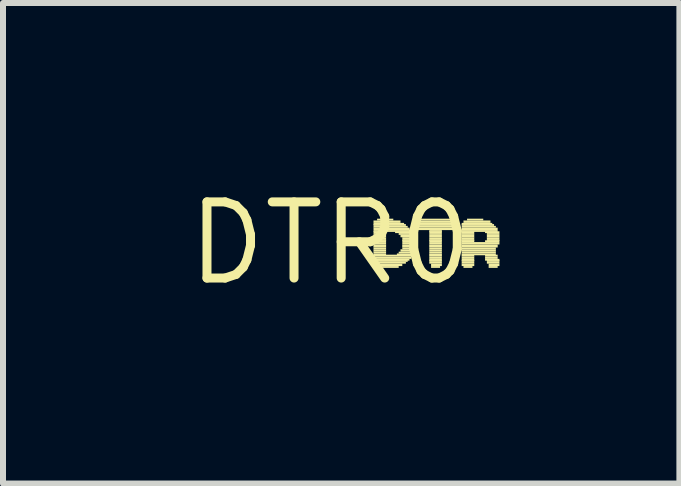
<source format=kicad_pcb>
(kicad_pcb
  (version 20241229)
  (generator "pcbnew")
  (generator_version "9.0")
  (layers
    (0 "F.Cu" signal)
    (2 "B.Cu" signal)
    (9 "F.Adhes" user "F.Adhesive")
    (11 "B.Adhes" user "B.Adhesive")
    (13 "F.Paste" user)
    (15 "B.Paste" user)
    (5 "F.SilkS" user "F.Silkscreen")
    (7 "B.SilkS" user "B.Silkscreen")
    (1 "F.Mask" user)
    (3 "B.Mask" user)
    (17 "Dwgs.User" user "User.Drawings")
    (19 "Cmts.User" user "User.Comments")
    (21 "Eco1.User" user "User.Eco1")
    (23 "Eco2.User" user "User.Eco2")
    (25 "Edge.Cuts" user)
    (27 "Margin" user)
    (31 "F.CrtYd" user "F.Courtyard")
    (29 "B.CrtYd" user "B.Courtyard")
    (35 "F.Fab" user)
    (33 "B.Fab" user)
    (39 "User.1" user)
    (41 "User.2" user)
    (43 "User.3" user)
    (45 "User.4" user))
  (footprint "DTR0"
    (layer "F.Cu")
    (at 2.457 1.006)
    (property "Reference" "DTR0" (at 0 0 0) (layer "F.SilkS") (effects (font (size 1.27 1.27) (thickness 0.15))))
    (fp_poly (pts (xy 0.72 -0.34) (xy 1.17 -0.34) (xy 1.17 -0.38) (xy 0.72 -0.38)) (stroke (width 0) (type default)) (fill yes) (layer "F.SilkS"))
    (fp_poly (pts (xy 0.72 -0.31) (xy 1.23 -0.31) (xy 1.23 -0.34) (xy 0.72 -0.34)) (stroke (width 0) (type default)) (fill yes) (layer "F.SilkS"))
    (fp_poly (pts (xy 0.72 -0.29) (xy 1.26 -0.29) (xy 1.26 -0.32) (xy 0.72 -0.32)) (stroke (width 0) (type default)) (fill yes) (layer "F.SilkS"))
    (fp_poly (pts (xy 0.72 -0.26) (xy 1.29 -0.26) (xy 1.29 -0.29) (xy 0.72 -0.29)) (stroke (width 0) (type default)) (fill yes) (layer "F.SilkS"))
    (fp_poly (pts (xy 0.72 -0.22) (xy 1.32 -0.22) (xy 1.32 -0.26) (xy 0.72 -0.26)) (stroke (width 0) (type default)) (fill yes) (layer "F.SilkS"))
    (fp_poly (pts (xy 0.72 -0.19) (xy 1.35 -0.19) (xy 1.35 -0.22) (xy 0.72 -0.22)) (stroke (width 0) (type default)) (fill yes) (layer "F.SilkS"))
    (fp_poly (pts (xy 0.72 -0.17) (xy 0.93 -0.17) (xy 0.93 -0.2) (xy 0.72 -0.2)) (stroke (width 0) (type default)) (fill yes) (layer "F.SilkS"))
    (fp_poly (pts (xy 0.72 -0.14) (xy 0.93 -0.14) (xy 0.93 -0.17) (xy 0.72 -0.17)) (stroke (width 0) (type default)) (fill yes) (layer "F.SilkS"))
    (fp_poly (pts (xy 0.72 -0.1) (xy 0.93 -0.1) (xy 0.93 -0.14) (xy 0.72 -0.14)) (stroke (width 0) (type default)) (fill yes) (layer "F.SilkS"))
    (fp_poly (pts (xy 0.72 -0.07) (xy 0.93 -0.07) (xy 0.93 -0.1) (xy 0.72 -0.1)) (stroke (width 0) (type default)) (fill yes) (layer "F.SilkS"))
    (fp_poly (pts (xy 0.72 -0.04) (xy 0.93 -0.04) (xy 0.93 -0.07) (xy 0.72 -0.07)) (stroke (width 0) (type default)) (fill yes) (layer "F.SilkS"))
    (fp_poly (pts (xy 0.72 -0.02) (xy 0.93 -0.02) (xy 0.93 -0.05) (xy 0.72 -0.05)) (stroke (width 0) (type default)) (fill yes) (layer "F.SilkS"))
    (fp_poly (pts (xy 0.72 0.02) (xy 0.93 0.02) (xy 0.93 -0.02) (xy 0.72 -0.02)) (stroke (width 0) (type default)) (fill yes) (layer "F.SilkS"))
    (fp_poly (pts (xy 0.72 0.05) (xy 0.93 0.05) (xy 0.93 0.02) (xy 0.72 0.02)) (stroke (width 0) (type default)) (fill yes) (layer "F.SilkS"))
    (fp_poly (pts (xy 0.72 0.07) (xy 0.93 0.07) (xy 0.93 0.04) (xy 0.72 0.04)) (stroke (width 0) (type default)) (fill yes) (layer "F.SilkS"))
    (fp_poly (pts (xy 0.72 0.1) (xy 0.93 0.1) (xy 0.93 0.07) (xy 0.72 0.07)) (stroke (width 0) (type default)) (fill yes) (layer "F.SilkS"))
    (fp_poly (pts (xy 0.72 0.14) (xy 0.93 0.14) (xy 0.93 0.1) (xy 0.72 0.1)) (stroke (width 0) (type default)) (fill yes) (layer "F.SilkS"))
    (fp_poly (pts (xy 0.72 0.17) (xy 0.93 0.17) (xy 0.93 0.14) (xy 0.72 0.14)) (stroke (width 0) (type default)) (fill yes) (layer "F.SilkS"))
    (fp_poly (pts (xy 0.72 0.2) (xy 0.93 0.2) (xy 0.93 0.17) (xy 0.72 0.17)) (stroke (width 0) (type default)) (fill yes) (layer "F.SilkS"))
    (fp_poly (pts (xy 0.72 0.22) (xy 1.35 0.22) (xy 1.35 0.19) (xy 0.72 0.19)) (stroke (width 0) (type default)) (fill yes) (layer "F.SilkS"))
    (fp_poly (pts (xy 0.72 0.26) (xy 1.35 0.26) (xy 1.35 0.22) (xy 0.72 0.22)) (stroke (width 0) (type default)) (fill yes) (layer "F.SilkS"))
    (fp_poly (pts (xy 0.72 0.29) (xy 1.32 0.29) (xy 1.32 0.26) (xy 0.72 0.26)) (stroke (width 0) (type default)) (fill yes) (layer "F.SilkS"))
    (fp_poly (pts (xy 0.72 0.31) (xy 1.29 0.31) (xy 1.29 0.28) (xy 0.72 0.28)) (stroke (width 0) (type default)) (fill yes) (layer "F.SilkS"))
    (fp_poly (pts (xy 0.72 0.34) (xy 1.26 0.34) (xy 1.26 0.31) (xy 0.72 0.31)) (stroke (width 0) (type default)) (fill yes) (layer "F.SilkS"))
    (fp_poly (pts (xy 0.72 0.38) (xy 1.2 0.38) (xy 1.2 0.34) (xy 0.72 0.34)) (stroke (width 0) (type default)) (fill yes) (layer "F.SilkS"))
    (fp_poly (pts (xy 0.75 0.41) (xy 1.14 0.41) (xy 1.14 0.38) (xy 0.75 0.38)) (stroke (width 0) (type default)) (fill yes) (layer "F.SilkS"))
    (fp_poly (pts (xy 0.78 -0.38) (xy 1.05 -0.38) (xy 1.05 -0.41) (xy 0.78 -0.41)) (stroke (width 0) (type default)) (fill yes) (layer "F.SilkS"))
    (fp_poly (pts (xy 1.08 -0.17) (xy 1.38 -0.17) (xy 1.38 -0.2) (xy 1.08 -0.2)) (stroke (width 0) (type default)) (fill yes) (layer "F.SilkS"))
    (fp_poly (pts (xy 1.11 0.2) (xy 1.38 0.2) (xy 1.38 0.17) (xy 1.11 0.17)) (stroke (width 0) (type default)) (fill yes) (layer "F.SilkS"))
    (fp_poly (pts (xy 1.14 -0.14) (xy 1.38 -0.14) (xy 1.38 -0.17) (xy 1.14 -0.17)) (stroke (width 0) (type default)) (fill yes) (layer "F.SilkS"))
    (fp_poly (pts (xy 1.14 0.17) (xy 1.38 0.17) (xy 1.38 0.14) (xy 1.14 0.14)) (stroke (width 0) (type default)) (fill yes) (layer "F.SilkS"))
    (fp_poly (pts (xy 1.17 -0.1) (xy 1.38 -0.1) (xy 1.38 -0.14) (xy 1.17 -0.14)) (stroke (width 0) (type default)) (fill yes) (layer "F.SilkS"))
    (fp_poly (pts (xy 1.17 0.14) (xy 1.41 0.14) (xy 1.41 0.1) (xy 1.17 0.1)) (stroke (width 0) (type default)) (fill yes) (layer "F.SilkS"))
    (fp_poly (pts (xy 1.2 -0.07) (xy 1.41 -0.07) (xy 1.41 -0.1) (xy 1.2 -0.1)) (stroke (width 0) (type default)) (fill yes) (layer "F.SilkS"))
    (fp_poly (pts (xy 1.2 -0.04) (xy 1.41 -0.04) (xy 1.41 -0.07) (xy 1.2 -0.07)) (stroke (width 0) (type default)) (fill yes) (layer "F.SilkS"))
    (fp_poly (pts (xy 1.2 -0.02) (xy 1.41 -0.02) (xy 1.41 -0.05) (xy 1.2 -0.05)) (stroke (width 0) (type default)) (fill yes) (layer "F.SilkS"))
    (fp_poly (pts (xy 1.2 0.02) (xy 1.41 0.02) (xy 1.41 -0.02) (xy 1.2 -0.02)) (stroke (width 0) (type default)) (fill yes) (layer "F.SilkS"))
    (fp_poly (pts (xy 1.2 0.05) (xy 1.41 0.05) (xy 1.41 0.02) (xy 1.2 0.02)) (stroke (width 0) (type default)) (fill yes) (layer "F.SilkS"))
    (fp_poly (pts (xy 1.2 0.07) (xy 1.41 0.07) (xy 1.41 0.04) (xy 1.2 0.04)) (stroke (width 0) (type default)) (fill yes) (layer "F.SilkS"))
    (fp_poly (pts (xy 1.2 0.1) (xy 1.41 0.1) (xy 1.41 0.07) (xy 1.2 0.07)) (stroke (width 0) (type default)) (fill yes) (layer "F.SilkS"))
    (fp_poly (pts (xy 1.38 -0.34) (xy 2.13 -0.34) (xy 2.13 -0.38) (xy 1.38 -0.38)) (stroke (width 0) (type default)) (fill yes) (layer "F.SilkS"))
    (fp_poly (pts (xy 1.38 -0.31) (xy 2.13 -0.31) (xy 2.13 -0.34) (xy 1.38 -0.34)) (stroke (width 0) (type default)) (fill yes) (layer "F.SilkS"))
    (fp_poly (pts (xy 1.38 -0.29) (xy 2.16 -0.29) (xy 2.16 -0.32) (xy 1.38 -0.32)) (stroke (width 0) (type default)) (fill yes) (layer "F.SilkS"))
    (fp_poly (pts (xy 1.38 -0.26) (xy 2.13 -0.26) (xy 2.13 -0.29) (xy 1.38 -0.29)) (stroke (width 0) (type default)) (fill yes) (layer "F.SilkS"))
    (fp_poly (pts (xy 1.41 -0.22) (xy 2.13 -0.22) (xy 2.13 -0.26) (xy 1.41 -0.26)) (stroke (width 0) (type default)) (fill yes) (layer "F.SilkS"))
    (fp_poly (pts (xy 1.44 -0.38) (xy 2.1 -0.38) (xy 2.1 -0.41) (xy 1.44 -0.41)) (stroke (width 0) (type default)) (fill yes) (layer "F.SilkS"))
    (fp_poly (pts (xy 1.65 -0.19) (xy 1.86 -0.19) (xy 1.86 -0.22) (xy 1.65 -0.22)) (stroke (width 0) (type default)) (fill yes) (layer "F.SilkS"))
    (fp_poly (pts (xy 1.65 -0.17) (xy 1.86 -0.17) (xy 1.86 -0.2) (xy 1.65 -0.2)) (stroke (width 0) (type default)) (fill yes) (layer "F.SilkS"))
    (fp_poly (pts (xy 1.65 -0.14) (xy 1.86 -0.14) (xy 1.86 -0.17) (xy 1.65 -0.17)) (stroke (width 0) (type default)) (fill yes) (layer "F.SilkS"))
    (fp_poly (pts (xy 1.65 -0.1) (xy 1.86 -0.1) (xy 1.86 -0.14) (xy 1.65 -0.14)) (stroke (width 0) (type default)) (fill yes) (layer "F.SilkS"))
    (fp_poly (pts (xy 1.65 -0.07) (xy 1.86 -0.07) (xy 1.86 -0.1) (xy 1.65 -0.1)) (stroke (width 0) (type default)) (fill yes) (layer "F.SilkS"))
    (fp_poly (pts (xy 1.65 -0.04) (xy 1.86 -0.04) (xy 1.86 -0.07) (xy 1.65 -0.07)) (stroke (width 0) (type default)) (fill yes) (layer "F.SilkS"))
    (fp_poly (pts (xy 1.65 -0.02) (xy 1.86 -0.02) (xy 1.86 -0.05) (xy 1.65 -0.05)) (stroke (width 0) (type default)) (fill yes) (layer "F.SilkS"))
    (fp_poly (pts (xy 1.65 0.02) (xy 1.86 0.02) (xy 1.86 -0.02) (xy 1.65 -0.02)) (stroke (width 0) (type default)) (fill yes) (layer "F.SilkS"))
    (fp_poly (pts (xy 1.65 0.05) (xy 1.86 0.05) (xy 1.86 0.02) (xy 1.65 0.02)) (stroke (width 0) (type default)) (fill yes) (layer "F.SilkS"))
    (fp_poly (pts (xy 1.65 0.07) (xy 1.86 0.07) (xy 1.86 0.04) (xy 1.65 0.04)) (stroke (width 0) (type default)) (fill yes) (layer "F.SilkS"))
    (fp_poly (pts (xy 1.65 0.1) (xy 1.86 0.1) (xy 1.86 0.07) (xy 1.65 0.07)) (stroke (width 0) (type default)) (fill yes) (layer "F.SilkS"))
    (fp_poly (pts (xy 1.65 0.14) (xy 1.86 0.14) (xy 1.86 0.1) (xy 1.65 0.1)) (stroke (width 0) (type default)) (fill yes) (layer "F.SilkS"))
    (fp_poly (pts (xy 1.65 0.17) (xy 1.86 0.17) (xy 1.86 0.14) (xy 1.65 0.14)) (stroke (width 0) (type default)) (fill yes) (layer "F.SilkS"))
    (fp_poly (pts (xy 1.65 0.2) (xy 1.86 0.2) (xy 1.86 0.17) (xy 1.65 0.17)) (stroke (width 0) (type default)) (fill yes) (layer "F.SilkS"))
    (fp_poly (pts (xy 1.65 0.22) (xy 1.86 0.22) (xy 1.86 0.19) (xy 1.65 0.19)) (stroke (width 0) (type default)) (fill yes) (layer "F.SilkS"))
    (fp_poly (pts (xy 1.65 0.26) (xy 1.86 0.26) (xy 1.86 0.22) (xy 1.65 0.22)) (stroke (width 0) (type default)) (fill yes) (layer "F.SilkS"))
    (fp_poly (pts (xy 1.65 0.29) (xy 1.86 0.29) (xy 1.86 0.26) (xy 1.65 0.26)) (stroke (width 0) (type default)) (fill yes) (layer "F.SilkS"))
    (fp_poly (pts (xy 1.65 0.31) (xy 1.86 0.31) (xy 1.86 0.28) (xy 1.65 0.28)) (stroke (width 0) (type default)) (fill yes) (layer "F.SilkS"))
    (fp_poly (pts (xy 1.65 0.34) (xy 1.86 0.34) (xy 1.86 0.31) (xy 1.65 0.31)) (stroke (width 0) (type default)) (fill yes) (layer "F.SilkS"))
    (fp_poly (pts (xy 1.68 0.38) (xy 1.86 0.38) (xy 1.86 0.34) (xy 1.68 0.34)) (stroke (width 0) (type default)) (fill yes) (layer "F.SilkS"))
    (fp_poly (pts (xy 1.68 0.41) (xy 1.83 0.41) (xy 1.83 0.38) (xy 1.68 0.38)) (stroke (width 0) (type default)) (fill yes) (layer "F.SilkS"))
    (fp_poly (pts (xy 2.19 -0.31) (xy 2.7 -0.31) (xy 2.7 -0.34) (xy 2.19 -0.34)) (stroke (width 0) (type default)) (fill yes) (layer "F.SilkS"))
    (fp_poly (pts (xy 2.19 -0.29) (xy 2.73 -0.29) (xy 2.73 -0.32) (xy 2.19 -0.32)) (stroke (width 0) (type default)) (fill yes) (layer "F.SilkS"))
    (fp_poly (pts (xy 2.19 -0.26) (xy 2.76 -0.26) (xy 2.76 -0.29) (xy 2.19 -0.29)) (stroke (width 0) (type default)) (fill yes) (layer "F.SilkS"))
    (fp_poly (pts (xy 2.19 -0.22) (xy 2.79 -0.22) (xy 2.79 -0.26) (xy 2.19 -0.26)) (stroke (width 0) (type default)) (fill yes) (layer "F.SilkS"))
    (fp_poly (pts (xy 2.19 -0.19) (xy 2.79 -0.19) (xy 2.79 -0.22) (xy 2.19 -0.22)) (stroke (width 0) (type default)) (fill yes) (layer "F.SilkS"))
    (fp_poly (pts (xy 2.19 -0.17) (xy 2.4 -0.17) (xy 2.4 -0.2) (xy 2.19 -0.2)) (stroke (width 0) (type default)) (fill yes) (layer "F.SilkS"))
    (fp_poly (pts (xy 2.19 -0.14) (xy 2.4 -0.14) (xy 2.4 -0.17) (xy 2.19 -0.17)) (stroke (width 0) (type default)) (fill yes) (layer "F.SilkS"))
    (fp_poly (pts (xy 2.19 -0.1) (xy 2.4 -0.1) (xy 2.4 -0.14) (xy 2.19 -0.14)) (stroke (width 0) (type default)) (fill yes) (layer "F.SilkS"))
    (fp_poly (pts (xy 2.19 -0.07) (xy 2.4 -0.07) (xy 2.4 -0.1) (xy 2.19 -0.1)) (stroke (width 0) (type default)) (fill yes) (layer "F.SilkS"))
    (fp_poly (pts (xy 2.19 -0.04) (xy 2.4 -0.04) (xy 2.4 -0.07) (xy 2.19 -0.07)) (stroke (width 0) (type default)) (fill yes) (layer "F.SilkS"))
    (fp_poly (pts (xy 2.19 -0.02) (xy 2.4 -0.02) (xy 2.4 -0.05) (xy 2.19 -0.05)) (stroke (width 0) (type default)) (fill yes) (layer "F.SilkS"))
    (fp_poly (pts (xy 2.19 0.02) (xy 2.82 0.02) (xy 2.82 -0.02) (xy 2.19 -0.02)) (stroke (width 0) (type default)) (fill yes) (layer "F.SilkS"))
    (fp_poly (pts (xy 2.19 0.05) (xy 2.79 0.05) (xy 2.79 0.02) (xy 2.19 0.02)) (stroke (width 0) (type default)) (fill yes) (layer "F.SilkS"))
    (fp_poly (pts (xy 2.19 0.07) (xy 2.79 0.07) (xy 2.79 0.04) (xy 2.19 0.04)) (stroke (width 0) (type default)) (fill yes) (layer "F.SilkS"))
    (fp_poly (pts (xy 2.19 0.1) (xy 2.76 0.1) (xy 2.76 0.07) (xy 2.19 0.07)) (stroke (width 0) (type default)) (fill yes) (layer "F.SilkS"))
    (fp_poly (pts (xy 2.19 0.14) (xy 2.76 0.14) (xy 2.76 0.1) (xy 2.19 0.1)) (stroke (width 0) (type default)) (fill yes) (layer "F.SilkS"))
    (fp_poly (pts (xy 2.19 0.17) (xy 2.76 0.17) (xy 2.76 0.14) (xy 2.19 0.14)) (stroke (width 0) (type default)) (fill yes) (layer "F.SilkS"))
    (fp_poly (pts (xy 2.19 0.2) (xy 2.76 0.2) (xy 2.76 0.17) (xy 2.19 0.17)) (stroke (width 0) (type default)) (fill yes) (layer "F.SilkS"))
    (fp_poly (pts (xy 2.19 0.22) (xy 2.4 0.22) (xy 2.4 0.19) (xy 2.19 0.19)) (stroke (width 0) (type default)) (fill yes) (layer "F.SilkS"))
    (fp_poly (pts (xy 2.19 0.26) (xy 2.4 0.26) (xy 2.4 0.22) (xy 2.19 0.22)) (stroke (width 0) (type default)) (fill yes) (layer "F.SilkS"))
    (fp_poly (pts (xy 2.19 0.29) (xy 2.4 0.29) (xy 2.4 0.26) (xy 2.19 0.26)) (stroke (width 0) (type default)) (fill yes) (layer "F.SilkS"))
    (fp_poly (pts (xy 2.19 0.31) (xy 2.4 0.31) (xy 2.4 0.28) (xy 2.19 0.28)) (stroke (width 0) (type default)) (fill yes) (layer "F.SilkS"))
    (fp_poly (pts (xy 2.19 0.34) (xy 2.4 0.34) (xy 2.4 0.31) (xy 2.19 0.31)) (stroke (width 0) (type default)) (fill yes) (layer "F.SilkS"))
    (fp_poly (pts (xy 2.19 0.38) (xy 2.4 0.38) (xy 2.4 0.34) (xy 2.19 0.34)) (stroke (width 0) (type default)) (fill yes) (layer "F.SilkS"))
    (fp_poly (pts (xy 2.22 -0.34) (xy 2.67 -0.34) (xy 2.67 -0.38) (xy 2.22 -0.38)) (stroke (width 0) (type default)) (fill yes) (layer "F.SilkS"))
    (fp_poly (pts (xy 2.22 0.41) (xy 2.37 0.41) (xy 2.37 0.38) (xy 2.22 0.38)) (stroke (width 0) (type default)) (fill yes) (layer "F.SilkS"))
    (fp_poly (pts (xy 2.28 -0.38) (xy 2.55 -0.38) (xy 2.55 -0.41) (xy 2.28 -0.41)) (stroke (width 0) (type default)) (fill yes) (layer "F.SilkS"))
    (fp_poly (pts (xy 2.58 -0.17) (xy 2.82 -0.17) (xy 2.82 -0.2) (xy 2.58 -0.2)) (stroke (width 0) (type default)) (fill yes) (layer "F.SilkS"))
    (fp_poly (pts (xy 2.58 -0.02) (xy 2.82 -0.02) (xy 2.82 -0.05) (xy 2.58 -0.05)) (stroke (width 0) (type default)) (fill yes) (layer "F.SilkS"))
    (fp_poly (pts (xy 2.58 0.22) (xy 2.79 0.22) (xy 2.79 0.19) (xy 2.58 0.19)) (stroke (width 0) (type default)) (fill yes) (layer "F.SilkS"))
    (fp_poly (pts (xy 2.58 0.26) (xy 2.79 0.26) (xy 2.79 0.22) (xy 2.58 0.22)) (stroke (width 0) (type default)) (fill yes) (layer "F.SilkS"))
    (fp_poly (pts (xy 2.58 0.29) (xy 2.82 0.29) (xy 2.82 0.26) (xy 2.58 0.26)) (stroke (width 0) (type default)) (fill yes) (layer "F.SilkS"))
    (fp_poly (pts (xy 2.61 -0.14) (xy 2.82 -0.14) (xy 2.82 -0.17) (xy 2.61 -0.17)) (stroke (width 0) (type default)) (fill yes) (layer "F.SilkS"))
    (fp_poly (pts (xy 2.61 -0.1) (xy 2.82 -0.1) (xy 2.82 -0.14) (xy 2.61 -0.14)) (stroke (width 0) (type default)) (fill yes) (layer "F.SilkS"))
    (fp_poly (pts (xy 2.61 -0.07) (xy 2.82 -0.07) (xy 2.82 -0.1) (xy 2.61 -0.1)) (stroke (width 0) (type default)) (fill yes) (layer "F.SilkS"))
    (fp_poly (pts (xy 2.61 -0.04) (xy 2.82 -0.04) (xy 2.82 -0.07) (xy 2.61 -0.07)) (stroke (width 0) (type default)) (fill yes) (layer "F.SilkS"))
    (fp_poly (pts (xy 2.61 0.31) (xy 2.82 0.31) (xy 2.82 0.28) (xy 2.61 0.28)) (stroke (width 0) (type default)) (fill yes) (layer "F.SilkS"))
    (fp_poly (pts (xy 2.61 0.34) (xy 2.82 0.34) (xy 2.82 0.31) (xy 2.61 0.31)) (stroke (width 0) (type default)) (fill yes) (layer "F.SilkS"))
    (fp_poly (pts (xy 2.64 0.38) (xy 2.82 0.38) (xy 2.82 0.34) (xy 2.64 0.34)) (stroke (width 0) (type default)) (fill yes) (layer "F.SilkS"))
    (fp_poly (pts (xy 2.64 0.41) (xy 2.79 0.41) (xy 2.79 0.38) (xy 2.64 0.38)) (stroke (width 0) (type default)) (fill yes) (layer "F.SilkS")))
  (gr_rect
    (start -3 -3)
    (end 8.277 5.012)
    (stroke (width 0.1) (type default))
    (fill no)
    (layer "Edge.Cuts")))
</source>
